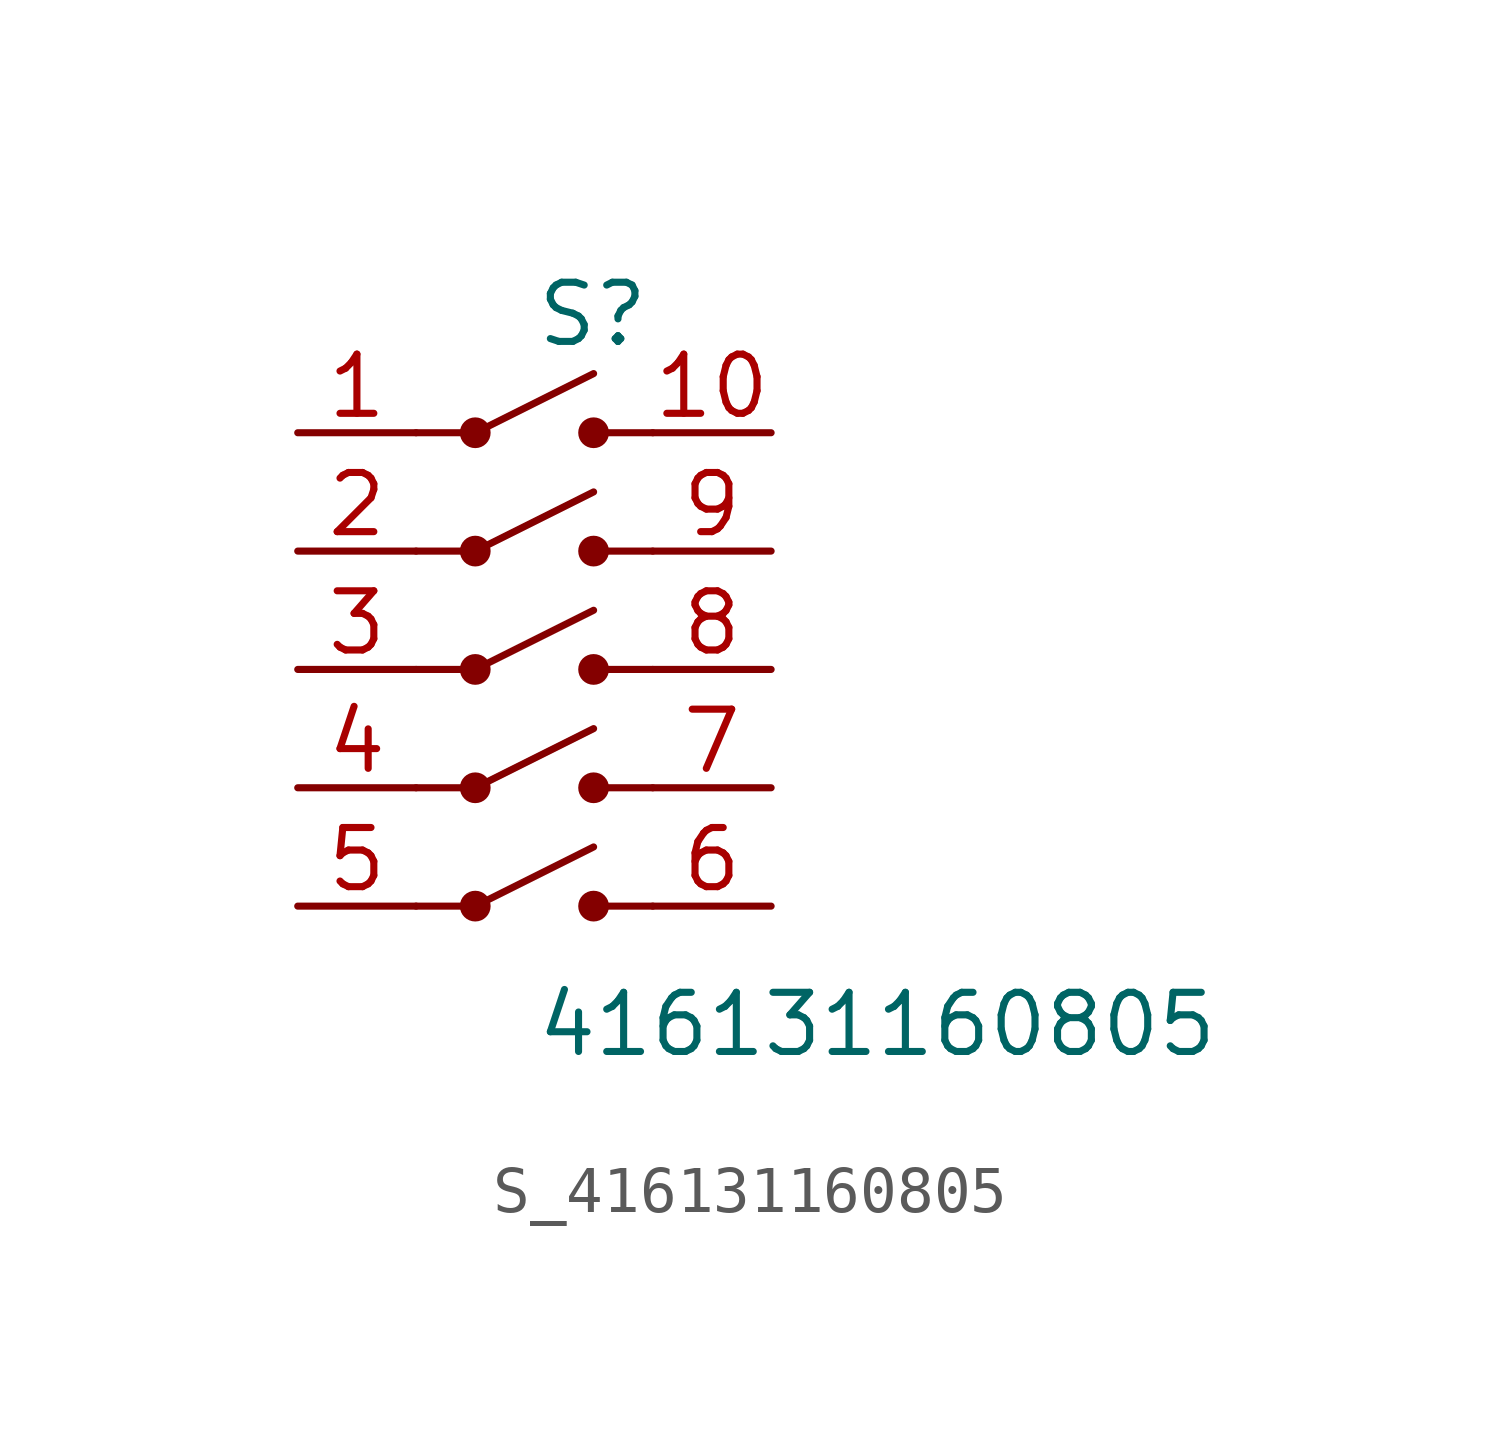
<source format=kicad_sym>
(kicad_symbol_lib
  (version 20231120)
  (generator kicad_symbol_editor)
  (generator_version 8.0)
  (symbol "S_416131160805"
    (pin_names
      (offset 0.254))
    (property "Reference" "S"
      (at 0 7.62 0)
      (effects (font (size 1.27 1.27)) (justify left)))
    (property "Value" "416131160805"
      (at 0 -7.62 0)
      (effects (font (size 1.27 1.27)) (justify left)))
    (symbol "S_416131160805_0_0"
      (pin passive line (at -5.08 5.08 0) (length 2.54) (name "" (effects (font (size 1.27 1.27)))) (number "1" (effects (font (size 1.27 1.27)))))
      (pin passive line (at -5.08 2.54 0) (length 2.54) (name "" (effects (font (size 1.27 1.27)))) (number "2" (effects (font (size 1.27 1.27)))))
      (pin passive line (at -5.08 0.0 0) (length 2.54) (name "" (effects (font (size 1.27 1.27)))) (number "3" (effects (font (size 1.27 1.27)))))
      (pin passive line (at -5.08 -2.54 0) (length 2.54) (name "" (effects (font (size 1.27 1.27)))) (number "4" (effects (font (size 1.27 1.27)))))
      (pin passive line (at -5.08 -5.08 0) (length 2.54) (name "" (effects (font (size 1.27 1.27)))) (number "5" (effects (font (size 1.27 1.27)))))
      (pin passive line (at 5.08 5.08 180) (length 2.54) (name "" (effects (font (size 1.27 1.27)))) (number "10" (effects (font (size 1.27 1.27)))))
      (pin passive line (at 5.08 2.54 180) (length 2.54) (name "" (effects (font (size 1.27 1.27)))) (number "9" (effects (font (size 1.27 1.27)))))
      (pin passive line (at 5.08 0.0 180) (length 2.54) (name "" (effects (font (size 1.27 1.27)))) (number "8" (effects (font (size 1.27 1.27)))))
      (pin passive line (at 5.08 -2.54 180) (length 2.54) (name "" (effects (font (size 1.27 1.27)))) (number "7" (effects (font (size 1.27 1.27)))))
      (pin passive line (at 5.08 -5.08 180) (length 2.54) (name "" (effects (font (size 1.27 1.27)))) (number "6" (effects (font (size 1.27 1.27)))))
      (polyline (pts (xy -2.54 5.08) (xy -1.27 5.08) (xy 1.27 6.35)) (stroke (width 0) (type default)) (fill (type none)))
      (circle (center -1.27 5.08) (radius 0.254) (stroke (width 0) (type solid)) (fill (type outline)))
      (circle (center 1.27 5.08) (radius 0.254) (stroke (width 0) (type solid)) (fill (type outline)))
      (polyline (pts (xy 2.54 5.08) (xy 1.27 5.08)) (stroke (width 0) (type default)) (fill (type none)))
      (polyline (pts (xy -2.54 2.54) (xy -1.27 2.54) (xy 1.27 3.81)) (stroke (width 0) (type default)) (fill (type none)))
      (circle (center -1.27 2.54) (radius 0.254) (stroke (width 0) (type solid)) (fill (type outline)))
      (circle (center 1.27 2.54) (radius 0.254) (stroke (width 0) (type solid)) (fill (type outline)))
      (polyline (pts (xy 2.54 2.54) (xy 1.27 2.54)) (stroke (width 0) (type default)) (fill (type none)))
      (polyline (pts (xy -2.54 0.0) (xy -1.27 0.0) (xy 1.27 1.27)) (stroke (width 0) (type default)) (fill (type none)))
      (circle (center -1.27 0.0) (radius 0.254) (stroke (width 0) (type solid)) (fill (type outline)))
      (circle (center 1.27 0.0) (radius 0.254) (stroke (width 0) (type solid)) (fill (type outline)))
      (polyline (pts (xy 2.54 0.0) (xy 1.27 0.0)) (stroke (width 0) (type default)) (fill (type none)))
      (polyline (pts (xy -2.54 -2.54) (xy -1.27 -2.54) (xy 1.27 -1.27)) (stroke (width 0) (type default)) (fill (type none)))
      (circle (center -1.27 -2.54) (radius 0.254) (stroke (width 0) (type solid)) (fill (type outline)))
      (circle (center 1.27 -2.54) (radius 0.254) (stroke (width 0) (type solid)) (fill (type outline)))
      (polyline (pts (xy 2.54 -2.54) (xy 1.27 -2.54)) (stroke (width 0) (type default)) (fill (type none)))
      (polyline (pts (xy -2.54 -5.08) (xy -1.27 -5.08) (xy 1.27 -3.81)) (stroke (width 0) (type default)) (fill (type none)))
      (circle (center -1.27 -5.08) (radius 0.254) (stroke (width 0) (type solid)) (fill (type outline)))
      (circle (center 1.27 -5.08) (radius 0.254) (stroke (width 0) (type solid)) (fill (type outline)))
      (polyline (pts (xy 2.54 -5.08) (xy 1.27 -5.08)) (stroke (width 0) (type default)) (fill (type none))))
    (symbol "S_416131160805_1_0")))
</source>
